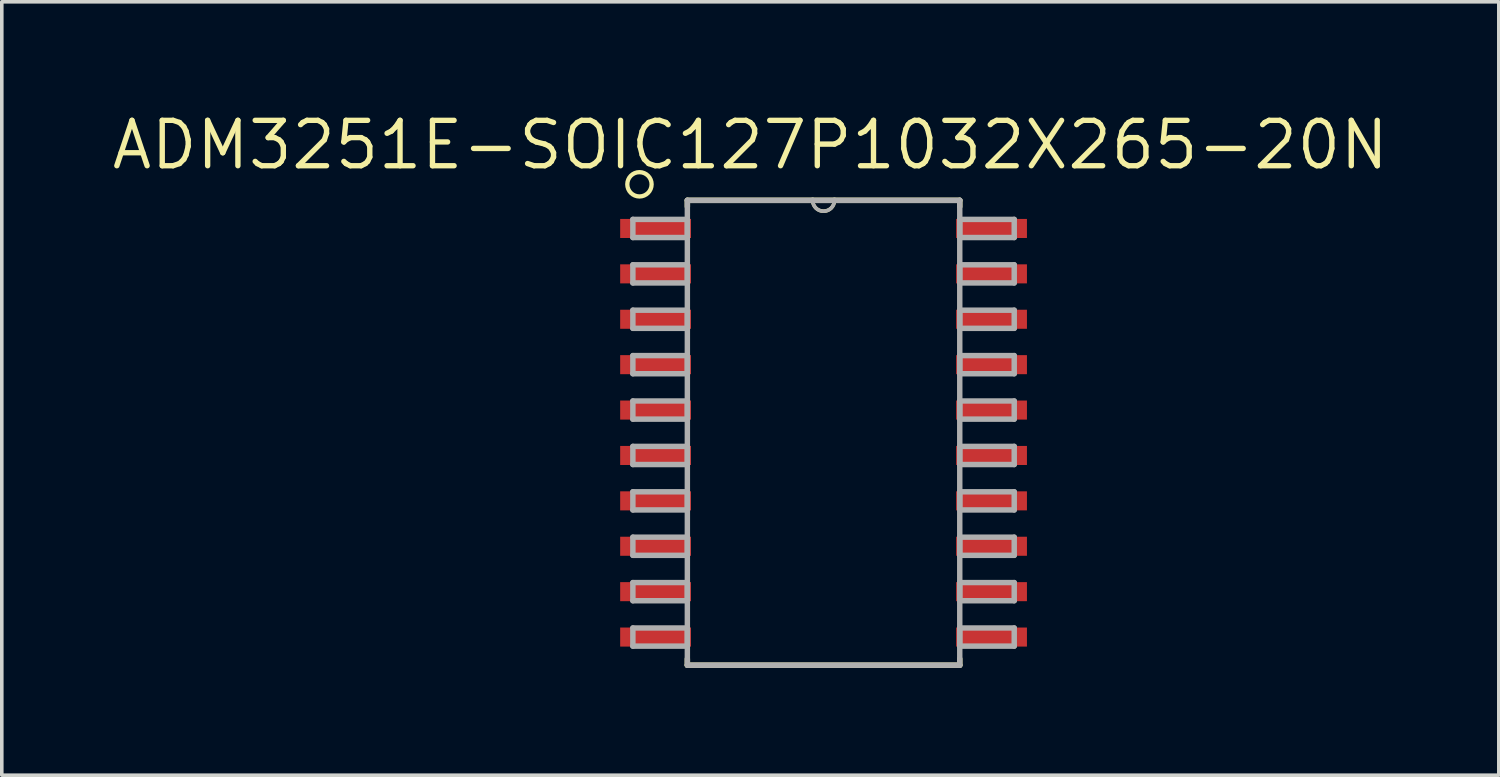
<source format=kicad_pcb>
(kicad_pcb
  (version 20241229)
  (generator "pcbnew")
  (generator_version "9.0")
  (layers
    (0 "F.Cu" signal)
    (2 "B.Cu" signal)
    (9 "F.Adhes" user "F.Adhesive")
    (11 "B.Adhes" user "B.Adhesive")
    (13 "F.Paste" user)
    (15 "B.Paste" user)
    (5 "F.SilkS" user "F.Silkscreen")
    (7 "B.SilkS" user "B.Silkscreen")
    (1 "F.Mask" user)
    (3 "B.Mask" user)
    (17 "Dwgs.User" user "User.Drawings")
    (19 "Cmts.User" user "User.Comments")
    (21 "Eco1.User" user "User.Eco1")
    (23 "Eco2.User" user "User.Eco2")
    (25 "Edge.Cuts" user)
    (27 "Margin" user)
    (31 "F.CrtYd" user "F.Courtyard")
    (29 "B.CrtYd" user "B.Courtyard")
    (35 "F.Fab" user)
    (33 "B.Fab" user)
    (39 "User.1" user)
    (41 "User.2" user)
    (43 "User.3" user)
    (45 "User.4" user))
  (footprint "ADM3251E-SOIC127P1032X265-20N"
    (layer "F.Cu")
    (at 19.988 9.056)
    (property "Reference" "ADM3251E-SOIC127P1032X265-20N" (at -2.05 -8.05 0) (layer "F.SilkS") (effects (font (size 1.27 1.27) (thickness 0.15))))
    (attr through_hole)
    (fp_line (start -3.81 -6.502) (end -3.81 -6.325) (stroke (width 0.152) (type solid)) (layer "F.SilkS"))
    (fp_line (start -3.81 6.325) (end -3.81 6.502) (stroke (width 0.152) (type solid)) (layer "F.SilkS"))
    (fp_line (start -3.81 6.502) (end 3.81 6.502) (stroke (width 0.152) (type solid)) (layer "F.SilkS"))
    (fp_line (start -0.305 -6.502) (end -3.81 -6.502) (stroke (width 0.152) (type solid)) (layer "F.SilkS"))
    (fp_line (start 0.305 -6.502) (end -0.305 -6.502) (stroke (width 0.152) (type solid)) (layer "F.SilkS"))
    (fp_line (start 3.81 -6.502) (end 0.305 -6.502) (stroke (width 0.152) (type solid)) (layer "F.SilkS"))
    (fp_line (start 3.81 -6.325) (end 3.81 -6.502) (stroke (width 0.152) (type solid)) (layer "F.SilkS"))
    (fp_line (start 3.81 6.502) (end 3.81 6.325) (stroke (width 0.152) (type solid)) (layer "F.SilkS"))
    (fp_arc (start 0.3048 -6.5024) (mid 0 -6.1976) (end -0.3048 -6.5024) (stroke (width 0.1) (type solid)) (layer "F.SilkS"))
    (fp_circle (center -5.15 -6.95) (end -4.85 -6.79) (stroke (width 0.12) (type solid)) (fill no) (layer "F.SilkS"))
    (fp_line (start -5.334 -5.969) (end -5.334 -5.461) (stroke (width 0.152) (type solid)) (layer "F.Fab"))
    (fp_line (start -5.334 -5.461) (end -3.81 -5.461) (stroke (width 0.152) (type solid)) (layer "F.Fab"))
    (fp_line (start -5.334 -4.699) (end -5.334 -4.191) (stroke (width 0.152) (type solid)) (layer "F.Fab"))
    (fp_line (start -5.334 -4.191) (end -3.81 -4.191) (stroke (width 0.152) (type solid)) (layer "F.Fab"))
    (fp_line (start -5.334 -3.429) (end -5.334 -2.921) (stroke (width 0.152) (type solid)) (layer "F.Fab"))
    (fp_line (start -5.334 -2.921) (end -3.81 -2.921) (stroke (width 0.152) (type solid)) (layer "F.Fab"))
    (fp_line (start -5.334 -2.159) (end -5.334 -1.651) (stroke (width 0.152) (type solid)) (layer "F.Fab"))
    (fp_line (start -5.334 -1.651) (end -3.81 -1.651) (stroke (width 0.152) (type solid)) (layer "F.Fab"))
    (fp_line (start -5.334 -0.889) (end -5.334 -0.381) (stroke (width 0.152) (type solid)) (layer "F.Fab"))
    (fp_line (start -5.334 -0.381) (end -3.81 -0.381) (stroke (width 0.152) (type solid)) (layer "F.Fab"))
    (fp_line (start -5.334 0.381) (end -5.334 0.889) (stroke (width 0.152) (type solid)) (layer "F.Fab"))
    (fp_line (start -5.334 0.889) (end -3.81 0.889) (stroke (width 0.152) (type solid)) (layer "F.Fab"))
    (fp_line (start -5.334 1.651) (end -5.334 2.159) (stroke (width 0.152) (type solid)) (layer "F.Fab"))
    (fp_line (start -5.334 2.159) (end -3.81 2.159) (stroke (width 0.152) (type solid)) (layer "F.Fab"))
    (fp_line (start -5.334 2.921) (end -5.334 3.429) (stroke (width 0.152) (type solid)) (layer "F.Fab"))
    (fp_line (start -5.334 3.429) (end -3.81 3.429) (stroke (width 0.152) (type solid)) (layer "F.Fab"))
    (fp_line (start -5.334 4.191) (end -5.334 4.699) (stroke (width 0.152) (type solid)) (layer "F.Fab"))
    (fp_line (start -5.334 4.699) (end -3.81 4.699) (stroke (width 0.152) (type solid)) (layer "F.Fab"))
    (fp_line (start -5.334 5.461) (end -5.334 5.969) (stroke (width 0.152) (type solid)) (layer "F.Fab"))
    (fp_line (start -5.334 5.969) (end -3.81 5.969) (stroke (width 0.152) (type solid)) (layer "F.Fab"))
    (fp_line (start -3.81 -6.502) (end -3.81 6.502) (stroke (width 0.152) (type solid)) (layer "F.Fab"))
    (fp_line (start -3.81 -5.969) (end -5.334 -5.969) (stroke (width 0.152) (type solid)) (layer "F.Fab"))
    (fp_line (start -3.81 -5.461) (end -3.81 -5.969) (stroke (width 0.152) (type solid)) (layer "F.Fab"))
    (fp_line (start -3.81 -4.699) (end -5.334 -4.699) (stroke (width 0.152) (type solid)) (layer "F.Fab"))
    (fp_line (start -3.81 -4.191) (end -3.81 -4.699) (stroke (width 0.152) (type solid)) (layer "F.Fab"))
    (fp_line (start -3.81 -3.429) (end -5.334 -3.429) (stroke (width 0.152) (type solid)) (layer "F.Fab"))
    (fp_line (start -3.81 -2.921) (end -3.81 -3.429) (stroke (width 0.152) (type solid)) (layer "F.Fab"))
    (fp_line (start -3.81 -2.159) (end -5.334 -2.159) (stroke (width 0.152) (type solid)) (layer "F.Fab"))
    (fp_line (start -3.81 -1.651) (end -3.81 -2.159) (stroke (width 0.152) (type solid)) (layer "F.Fab"))
    (fp_line (start -3.81 -0.889) (end -5.334 -0.889) (stroke (width 0.152) (type solid)) (layer "F.Fab"))
    (fp_line (start -3.81 -0.381) (end -3.81 -0.889) (stroke (width 0.152) (type solid)) (layer "F.Fab"))
    (fp_line (start -3.81 0.381) (end -5.334 0.381) (stroke (width 0.152) (type solid)) (layer "F.Fab"))
    (fp_line (start -3.81 0.889) (end -3.81 0.381) (stroke (width 0.152) (type solid)) (layer "F.Fab"))
    (fp_line (start -3.81 1.651) (end -5.334 1.651) (stroke (width 0.152) (type solid)) (layer "F.Fab"))
    (fp_line (start -3.81 2.159) (end -3.81 1.651) (stroke (width 0.152) (type solid)) (layer "F.Fab"))
    (fp_line (start -3.81 2.921) (end -5.334 2.921) (stroke (width 0.152) (type solid)) (layer "F.Fab"))
    (fp_line (start -3.81 3.429) (end -3.81 2.921) (stroke (width 0.152) (type solid)) (layer "F.Fab"))
    (fp_line (start -3.81 4.191) (end -5.334 4.191) (stroke (width 0.152) (type solid)) (layer "F.Fab"))
    (fp_line (start -3.81 4.699) (end -3.81 4.191) (stroke (width 0.152) (type solid)) (layer "F.Fab"))
    (fp_line (start -3.81 5.461) (end -5.334 5.461) (stroke (width 0.152) (type solid)) (layer "F.Fab"))
    (fp_line (start -3.81 5.969) (end -3.81 5.461) (stroke (width 0.152) (type solid)) (layer "F.Fab"))
    (fp_line (start -3.81 6.502) (end 3.81 6.502) (stroke (width 0.152) (type solid)) (layer "F.Fab"))
    (fp_line (start -0.305 -6.502) (end -3.81 -6.502) (stroke (width 0.152) (type solid)) (layer "F.Fab"))
    (fp_line (start 0.305 -6.502) (end -0.305 -6.502) (stroke (width 0.152) (type solid)) (layer "F.Fab"))
    (fp_line (start 3.81 -6.502) (end 0.305 -6.502) (stroke (width 0.152) (type solid)) (layer "F.Fab"))
    (fp_line (start 3.81 -5.969) (end 3.81 -5.461) (stroke (width 0.152) (type solid)) (layer "F.Fab"))
    (fp_line (start 3.81 -5.461) (end 5.334 -5.461) (stroke (width 0.152) (type solid)) (layer "F.Fab"))
    (fp_line (start 3.81 -4.699) (end 3.81 -4.191) (stroke (width 0.152) (type solid)) (layer "F.Fab"))
    (fp_line (start 3.81 -4.191) (end 5.334 -4.191) (stroke (width 0.152) (type solid)) (layer "F.Fab"))
    (fp_line (start 3.81 -3.429) (end 3.81 -2.921) (stroke (width 0.152) (type solid)) (layer "F.Fab"))
    (fp_line (start 3.81 -2.921) (end 5.334 -2.921) (stroke (width 0.152) (type solid)) (layer "F.Fab"))
    (fp_line (start 3.81 -2.159) (end 3.81 -1.651) (stroke (width 0.152) (type solid)) (layer "F.Fab"))
    (fp_line (start 3.81 -1.651) (end 5.334 -1.651) (stroke (width 0.152) (type solid)) (layer "F.Fab"))
    (fp_line (start 3.81 -0.889) (end 3.81 -0.381) (stroke (width 0.152) (type solid)) (layer "F.Fab"))
    (fp_line (start 3.81 -0.381) (end 5.334 -0.381) (stroke (width 0.152) (type solid)) (layer "F.Fab"))
    (fp_line (start 3.81 0.381) (end 3.81 0.889) (stroke (width 0.152) (type solid)) (layer "F.Fab"))
    (fp_line (start 3.81 0.889) (end 5.334 0.889) (stroke (width 0.152) (type solid)) (layer "F.Fab"))
    (fp_line (start 3.81 1.651) (end 3.81 2.159) (stroke (width 0.152) (type solid)) (layer "F.Fab"))
    (fp_line (start 3.81 2.159) (end 5.334 2.159) (stroke (width 0.152) (type solid)) (layer "F.Fab"))
    (fp_line (start 3.81 2.921) (end 3.81 3.429) (stroke (width 0.152) (type solid)) (layer "F.Fab"))
    (fp_line (start 3.81 3.429) (end 5.334 3.429) (stroke (width 0.152) (type solid)) (layer "F.Fab"))
    (fp_line (start 3.81 4.191) (end 3.81 4.699) (stroke (width 0.152) (type solid)) (layer "F.Fab"))
    (fp_line (start 3.81 4.699) (end 5.334 4.699) (stroke (width 0.152) (type solid)) (layer "F.Fab"))
    (fp_line (start 3.81 5.461) (end 3.81 5.969) (stroke (width 0.152) (type solid)) (layer "F.Fab"))
    (fp_line (start 3.81 5.969) (end 5.334 5.969) (stroke (width 0.152) (type solid)) (layer "F.Fab"))
    (fp_line (start 3.81 6.502) (end 3.81 -6.502) (stroke (width 0.152) (type solid)) (layer "F.Fab"))
    (fp_line (start 5.334 -5.969) (end 3.81 -5.969) (stroke (width 0.152) (type solid)) (layer "F.Fab"))
    (fp_line (start 5.334 -5.461) (end 5.334 -5.969) (stroke (width 0.152) (type solid)) (layer "F.Fab"))
    (fp_line (start 5.334 -4.699) (end 3.81 -4.699) (stroke (width 0.152) (type solid)) (layer "F.Fab"))
    (fp_line (start 5.334 -4.191) (end 5.334 -4.699) (stroke (width 0.152) (type solid)) (layer "F.Fab"))
    (fp_line (start 5.334 -3.429) (end 3.81 -3.429) (stroke (width 0.152) (type solid)) (layer "F.Fab"))
    (fp_line (start 5.334 -2.921) (end 5.334 -3.429) (stroke (width 0.152) (type solid)) (layer "F.Fab"))
    (fp_line (start 5.334 -2.159) (end 3.81 -2.159) (stroke (width 0.152) (type solid)) (layer "F.Fab"))
    (fp_line (start 5.334 -1.651) (end 5.334 -2.159) (stroke (width 0.152) (type solid)) (layer "F.Fab"))
    (fp_line (start 5.334 -0.889) (end 3.81 -0.889) (stroke (width 0.152) (type solid)) (layer "F.Fab"))
    (fp_line (start 5.334 -0.381) (end 5.334 -0.889) (stroke (width 0.152) (type solid)) (layer "F.Fab"))
    (fp_line (start 5.334 0.381) (end 3.81 0.381) (stroke (width 0.152) (type solid)) (layer "F.Fab"))
    (fp_line (start 5.334 0.889) (end 5.334 0.381) (stroke (width 0.152) (type solid)) (layer "F.Fab"))
    (fp_line (start 5.334 1.651) (end 3.81 1.651) (stroke (width 0.152) (type solid)) (layer "F.Fab"))
    (fp_line (start 5.334 2.159) (end 5.334 1.651) (stroke (width 0.152) (type solid)) (layer "F.Fab"))
    (fp_line (start 5.334 2.921) (end 3.81 2.921) (stroke (width 0.152) (type solid)) (layer "F.Fab"))
    (fp_line (start 5.334 3.429) (end 5.334 2.921) (stroke (width 0.152) (type solid)) (layer "F.Fab"))
    (fp_line (start 5.334 4.191) (end 3.81 4.191) (stroke (width 0.152) (type solid)) (layer "F.Fab"))
    (fp_line (start 5.334 4.699) (end 5.334 4.191) (stroke (width 0.152) (type solid)) (layer "F.Fab"))
    (fp_line (start 5.334 5.461) (end 3.81 5.461) (stroke (width 0.152) (type solid)) (layer "F.Fab"))
    (fp_line (start 5.334 5.969) (end 5.334 5.461) (stroke (width 0.152) (type solid)) (layer "F.Fab"))
    (fp_arc (start 0.3048 -6.5024) (mid 0 -6.1976) (end -0.3048 -6.5024) (stroke (width 0.1) (type solid)) (layer "F.Fab"))
    (pad "1" smd rect (at -4.699 -5.715) (size 1.981 0.533) (layers "F.Cu" "F.Mask" "F.Paste"))
    (pad "2" smd rect (at -4.699 -4.445) (size 1.981 0.533) (layers "F.Cu" "F.Mask" "F.Paste"))
    (pad "3" smd rect (at -4.699 -3.175) (size 1.981 0.533) (layers "F.Cu" "F.Mask" "F.Paste"))
    (pad "4" smd rect (at -4.699 -1.905) (size 1.981 0.533) (layers "F.Cu" "F.Mask" "F.Paste"))
    (pad "5" smd rect (at -4.699 -0.635) (size 1.981 0.533) (layers "F.Cu" "F.Mask" "F.Paste"))
    (pad "6" smd rect (at -4.699 0.635) (size 1.981 0.533) (layers "F.Cu" "F.Mask" "F.Paste"))
    (pad "7" smd rect (at -4.699 1.905) (size 1.981 0.533) (layers "F.Cu" "F.Mask" "F.Paste"))
    (pad "8" smd rect (at -4.699 3.175) (size 1.981 0.533) (layers "F.Cu" "F.Mask" "F.Paste"))
    (pad "9" smd rect (at -4.699 4.445) (size 1.981 0.533) (layers "F.Cu" "F.Mask" "F.Paste"))
    (pad "10" smd rect (at -4.699 5.715) (size 1.981 0.533) (layers "F.Cu" "F.Mask" "F.Paste"))
    (pad "11" smd rect (at 4.699 5.715) (size 1.981 0.533) (layers "F.Cu" "F.Mask" "F.Paste"))
    (pad "12" smd rect (at 4.699 4.445) (size 1.981 0.533) (layers "F.Cu" "F.Mask" "F.Paste"))
    (pad "13" smd rect (at 4.699 3.175) (size 1.981 0.533) (layers "F.Cu" "F.Mask" "F.Paste"))
    (pad "14" smd rect (at 4.699 1.905) (size 1.981 0.533) (layers "F.Cu" "F.Mask" "F.Paste"))
    (pad "15" smd rect (at 4.699 0.635) (size 1.981 0.533) (layers "F.Cu" "F.Mask" "F.Paste"))
    (pad "16" smd rect (at 4.699 -0.635) (size 1.981 0.533) (layers "F.Cu" "F.Mask" "F.Paste"))
    (pad "17" smd rect (at 4.699 -1.905) (size 1.981 0.533) (layers "F.Cu" "F.Mask" "F.Paste"))
    (pad "18" smd rect (at 4.699 -3.175) (size 1.981 0.533) (layers "F.Cu" "F.Mask" "F.Paste"))
    (pad "19" smd rect (at 4.699 -4.445) (size 1.981 0.533) (layers "F.Cu" "F.Mask" "F.Paste"))
    (pad "20" smd rect (at 4.699 -5.715) (size 1.981 0.533) (layers "F.Cu" "F.Mask" "F.Paste")))
  (gr_rect
    (start -3 -3)
    (end 38.877 18.635)
    (stroke (width 0.1) (type default))
    (fill no)
    (layer "Edge.Cuts")))
</source>
